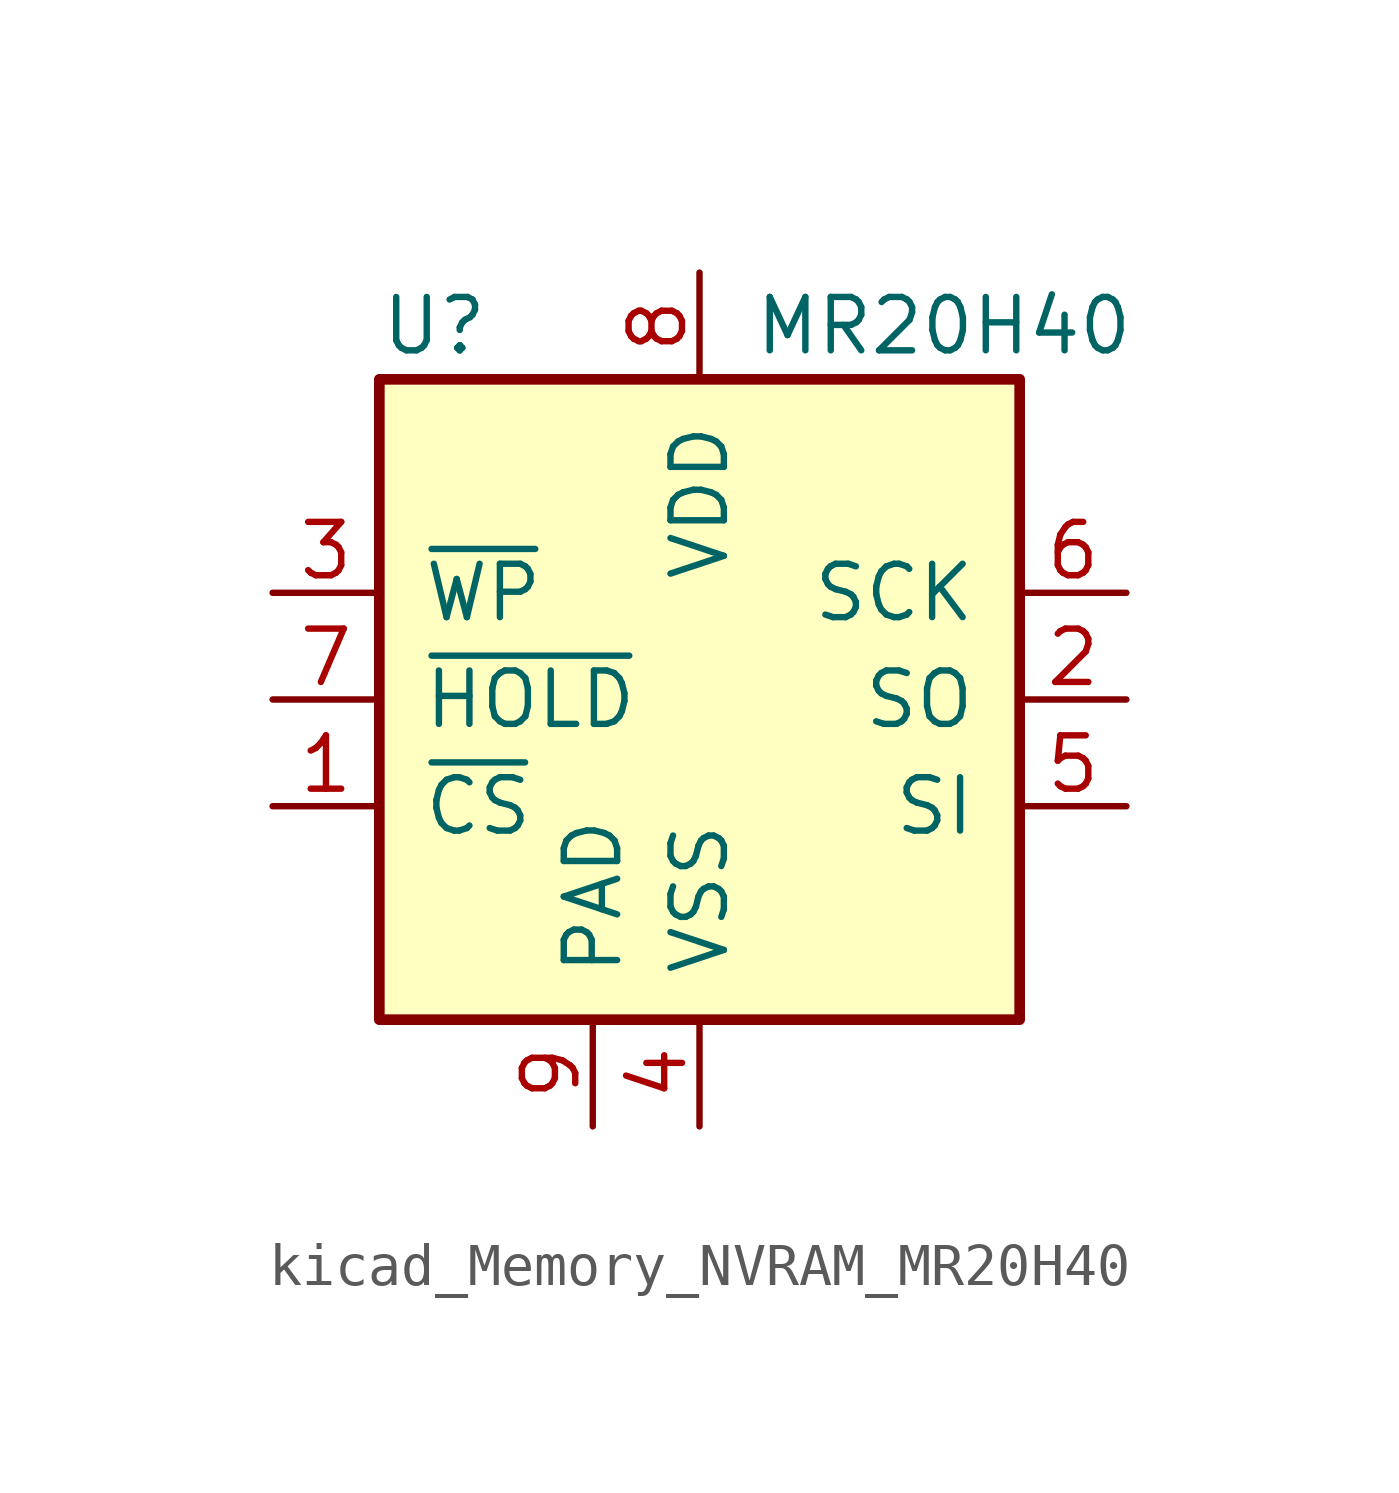
<source format=kicad_sym>
(kicad_symbol_lib
  (version 20220914)
  (generator kicad_symbol_editor)
  (symbol "kicad_Memory_NVRAM_MR20H40"
    (pin_names
      (offset 1.016))
    (property "Reference" "U"
      (at -7.62 8.89 0)
      (effects (font (size 1.27 1.27)) (justify left)))
    (property "Value" "MR20H40"
      (at 1.27 8.89 0)
      (effects (font (size 1.27 1.27)) (justify left)))
    (symbol "kicad_Memory_NVRAM_MR20H40_0_1"
      (rectangle (start -7.62 7.62) (end 7.62 -7.62) (stroke (width 0.254) (type default)) (fill (type background))))
    (symbol "kicad_Memory_NVRAM_MR20H40_1_1"
      (pin input line (at -10.16 -2.54 0) (length 2.54) (name "~{CS}" (effects (font (size 1.27 1.27)))) (number "1" (effects (font (size 1.27 1.27)))))
      (pin output line (at 10.16 0 180) (length 2.54) (name "SO" (effects (font (size 1.27 1.27)))) (number "2" (effects (font (size 1.27 1.27)))))
      (pin input line (at -10.16 2.54 0) (length 2.54) (name "~{WP}" (effects (font (size 1.27 1.27)))) (number "3" (effects (font (size 1.27 1.27)))))
      (pin power_in line (at 0 -10.16 90) (length 2.54) (name "VSS" (effects (font (size 1.27 1.27)))) (number "4" (effects (font (size 1.27 1.27)))))
      (pin input line (at 10.16 -2.54 180) (length 2.54) (name "SI" (effects (font (size 1.27 1.27)))) (number "5" (effects (font (size 1.27 1.27)))))
      (pin input line (at 10.16 2.54 180) (length 2.54) (name "SCK" (effects (font (size 1.27 1.27)))) (number "6" (effects (font (size 1.27 1.27)))))
      (pin input line (at -10.16 0 0) (length 2.54) (name "~{HOLD}" (effects (font (size 1.27 1.27)))) (number "7" (effects (font (size 1.27 1.27)))))
      (pin power_in line (at 0 10.16 270) (length 2.54) (name "VDD" (effects (font (size 1.27 1.27)))) (number "8" (effects (font (size 1.27 1.27)))))
      (pin power_in line (at -2.54 -10.16 90) (length 2.54) (name "PAD" (effects (font (size 1.27 1.27)))) (number "9" (effects (font (size 1.27 1.27))))))))
</source>
